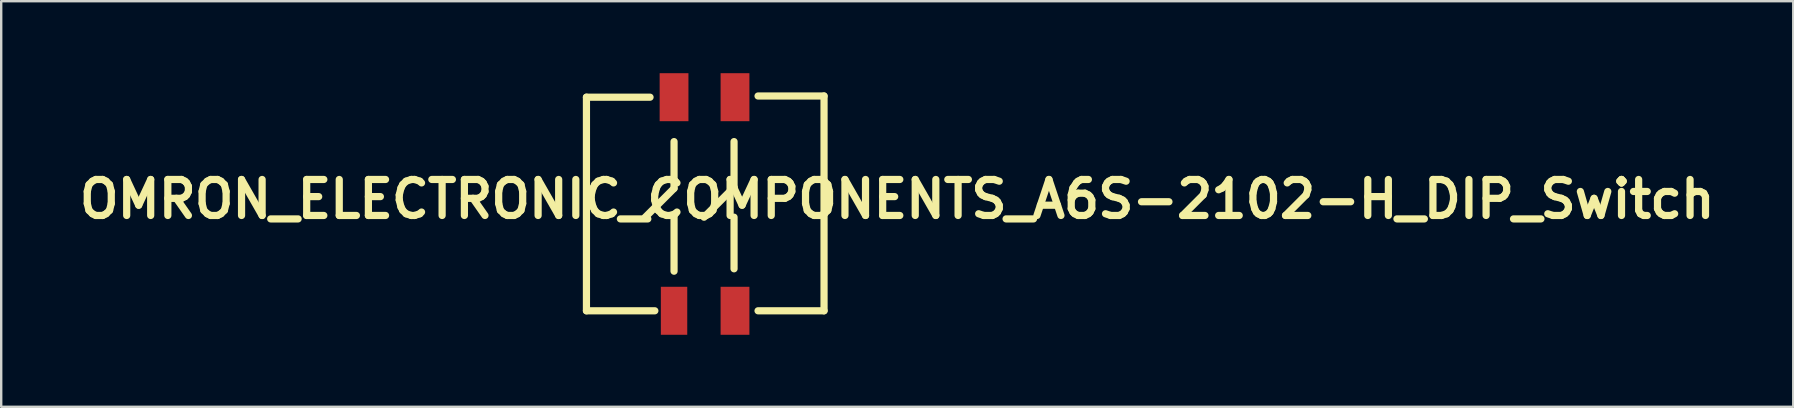
<source format=kicad_pcb>
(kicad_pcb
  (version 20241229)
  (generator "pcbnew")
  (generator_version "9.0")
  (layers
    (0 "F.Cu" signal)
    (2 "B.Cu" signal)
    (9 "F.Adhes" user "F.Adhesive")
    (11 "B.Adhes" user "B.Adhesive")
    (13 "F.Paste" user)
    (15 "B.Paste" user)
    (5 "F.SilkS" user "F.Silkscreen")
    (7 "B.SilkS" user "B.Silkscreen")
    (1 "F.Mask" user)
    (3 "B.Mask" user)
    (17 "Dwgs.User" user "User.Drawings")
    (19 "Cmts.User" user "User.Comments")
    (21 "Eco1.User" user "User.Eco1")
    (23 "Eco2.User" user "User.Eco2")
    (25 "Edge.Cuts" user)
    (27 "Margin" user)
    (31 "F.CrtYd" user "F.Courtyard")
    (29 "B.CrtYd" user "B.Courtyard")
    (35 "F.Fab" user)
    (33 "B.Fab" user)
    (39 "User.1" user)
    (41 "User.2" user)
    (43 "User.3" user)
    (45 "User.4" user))
  (footprint "OMRON_ELECTRONIC_COMPONENTS_A6S-2102-H_DIP_Switch"
    (layer "F.Cu")
    (at 25.036 9.9)
    (property "Reference" "OMRON_ELECTRONIC_COMPONENTS_A6S-2102-H_DIP_Switch" (at 9.3 -4.65 0) (layer "F.SilkS") (effects (font (size 1.5 1.5) (thickness 0.3))))
    (attr through_hole)
    (fp_line (start -3.65 -8.9) (end -3.65 0) (stroke (width 0.3) (type solid)) (layer "F.SilkS"))
    (fp_line (start -3.65 0) (end -0.8 0) (stroke (width 0.3) (type solid)) (layer "F.SilkS"))
    (fp_line (start -1 -8.9) (end -3.65 -8.9) (stroke (width 0.3) (type solid)) (layer "F.SilkS"))
    (fp_line (start 0 -7.05) (end 0 -5.1) (stroke (width 0.3) (type solid)) (layer "F.SilkS"))
    (fp_line (start 0 -5.1) (end -1.2 -3.9) (stroke (width 0.3) (type solid)) (layer "F.SilkS"))
    (fp_line (start 0 -3.9) (end 0 -1.65) (stroke (width 0.3) (type solid)) (layer "F.SilkS"))
    (fp_line (start 2.5 -7.05) (end 2.5 -5.15) (stroke (width 0.3) (type solid)) (layer "F.SilkS"))
    (fp_line (start 2.5 -5.15) (end 1.25 -3.9) (stroke (width 0.3) (type solid)) (layer "F.SilkS"))
    (fp_line (start 2.5 -3.9) (end 2.5 -1.75) (stroke (width 0.3) (type solid)) (layer "F.SilkS"))
    (fp_line (start 3.5 -8.95) (end 6.25 -8.95) (stroke (width 0.3) (type solid)) (layer "F.SilkS"))
    (fp_line (start 6.25 -8.95) (end 6.25 0) (stroke (width 0.3) (type solid)) (layer "F.SilkS"))
    (fp_line (start 6.25 0) (end 3.5 0) (stroke (width 0.3) (type solid)) (layer "F.SilkS"))
    (pad "1" smd rect (at 0 0) (size 1.1 2) (layers "F.Cu" "F.Mask" "F.Paste"))
    (pad "2" smd rect (at 2.54 0) (size 1.2 2) (layers "F.Cu" "F.Mask" "F.Paste"))
    (pad "3" smd rect (at 2.54 -8.9) (size 1.2 2) (layers "F.Cu" "F.Mask" "F.Paste"))
    (pad "4" smd rect (at 0 -8.9) (size 1.2 2) (layers "F.Cu" "F.Mask" "F.Paste")))
  (gr_rect
    (start -3 -3)
    (end 71.671 13.9)
    (stroke (width 0.1) (type default))
    (fill no)
    (layer "Edge.Cuts")))
</source>
